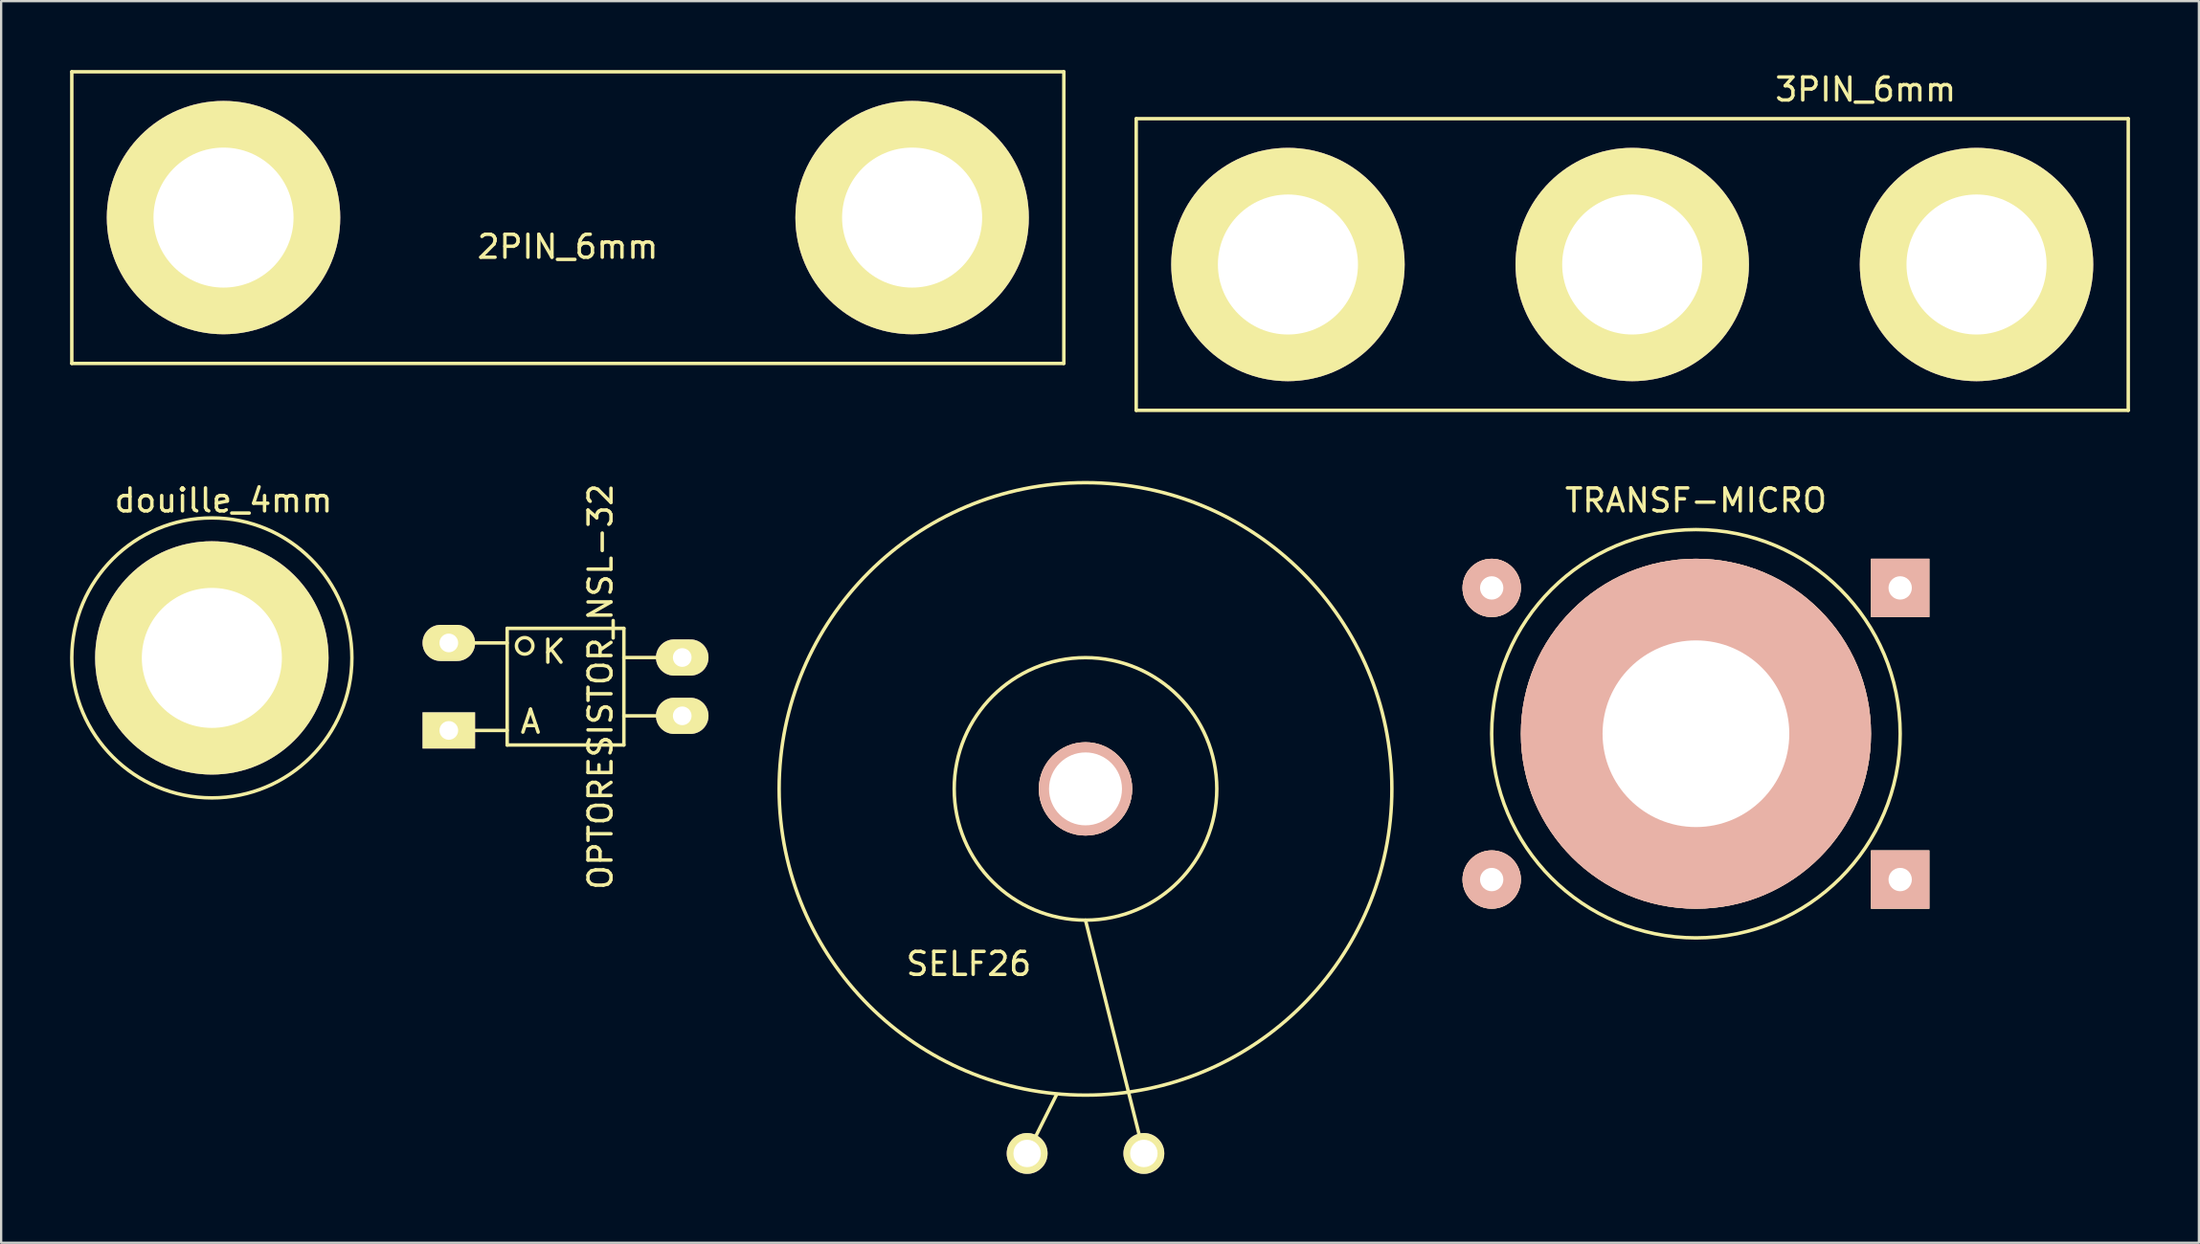
<source format=kicad_pcb>
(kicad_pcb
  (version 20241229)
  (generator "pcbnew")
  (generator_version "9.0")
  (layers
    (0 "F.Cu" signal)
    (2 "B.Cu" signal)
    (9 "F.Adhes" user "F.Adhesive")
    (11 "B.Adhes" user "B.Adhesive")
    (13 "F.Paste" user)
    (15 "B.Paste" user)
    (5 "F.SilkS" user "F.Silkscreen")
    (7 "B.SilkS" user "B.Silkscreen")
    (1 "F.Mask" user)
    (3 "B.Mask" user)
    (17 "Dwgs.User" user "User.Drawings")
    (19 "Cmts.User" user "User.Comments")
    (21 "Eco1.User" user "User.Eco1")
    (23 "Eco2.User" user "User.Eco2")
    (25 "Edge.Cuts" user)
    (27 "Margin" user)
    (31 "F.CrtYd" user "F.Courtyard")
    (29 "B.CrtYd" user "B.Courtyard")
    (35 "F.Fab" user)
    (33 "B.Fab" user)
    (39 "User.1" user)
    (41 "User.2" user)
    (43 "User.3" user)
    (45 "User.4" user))
  (footprint "OPTORESISTOR_NSL-32"
    (layer "F.Cu")
    (at 21.565 26.852)
    (property "Reference" "OPTORESISTOR_NSL-32" (at 1.524 0 90) (layer "F.SilkS") (effects (font (size 1 1) (thickness 0.15))))
    (attr through_hole)
    (fp_line (start -5.08 -1.905) (end -2.54 -1.905) (stroke (width 0.15) (type solid)) (layer "F.SilkS"))
    (fp_line (start -5.08 1.905) (end -2.54 1.905) (stroke (width 0.15) (type solid)) (layer "F.SilkS"))
    (fp_line (start -2.54 -2.54) (end 2.54 -2.54) (stroke (width 0.15) (type solid)) (layer "F.SilkS"))
    (fp_line (start -2.54 2.54) (end -2.54 -2.54) (stroke (width 0.15) (type solid)) (layer "F.SilkS"))
    (fp_line (start 2.54 -2.54) (end 2.54 2.54) (stroke (width 0.15) (type solid)) (layer "F.SilkS"))
    (fp_line (start 2.54 -1.27) (end 5.08 -1.27) (stroke (width 0.15) (type solid)) (layer "F.SilkS"))
    (fp_line (start 2.54 1.27) (end 5.08 1.27) (stroke (width 0.15) (type solid)) (layer "F.SilkS"))
    (fp_line (start 2.54 2.54) (end -2.54 2.54) (stroke (width 0.15) (type solid)) (layer "F.SilkS"))
    (fp_circle (center -1.778 -1.778) (end -1.524 -1.524) (stroke (width 0.15) (type solid)) (fill no) (layer "F.SilkS"))
    (fp_text user "K" (at -0.508 -1.524 0) (layer "F.SilkS") (effects (font (size 1 1) (thickness 0.15))))
    (fp_text user "A" (at -1.524 1.524 0) (layer "F.SilkS") (effects (font (size 1 1) (thickness 0.15))))
    (pad "1" thru_hole rect (at -5.08 1.905) (size 2.286 1.575) (drill 0.813) (layers "*.Cu" "*.Mask" "F.SilkS"))
    (pad "2" thru_hole oval (at -5.08 -1.905) (size 2.286 1.575) (drill 0.813) (layers "*.Cu" "*.Mask" "F.SilkS"))
    (pad "3" thru_hole oval (at 5.08 -1.27) (size 2.286 1.575) (drill 0.813) (layers "*.Cu" "*.Mask" "F.SilkS"))
    (pad "4" thru_hole oval (at 5.08 1.27) (size 2.286 1.575) (drill 0.813) (layers "*.Cu" "*.Mask" "F.SilkS")))
  (footprint "3PIN_6mm"
    (layer "F.Cu")
    (at 67.995 8.468)
    (property "Reference" "3PIN_6mm" (at 10.16 -7.62 0) (layer "F.SilkS") (effects (font (size 1 1) (thickness 0.15))))
    (attr through_hole)
    (fp_line (start -21.59 -6.35) (end 21.59 -6.35) (stroke (width 0.15) (type solid)) (layer "F.SilkS"))
    (fp_line (start -21.59 6.35) (end -21.59 -6.35) (stroke (width 0.15) (type solid)) (layer "F.SilkS"))
    (fp_line (start 21.59 -6.35) (end 21.59 6.35) (stroke (width 0.15) (type solid)) (layer "F.SilkS"))
    (fp_line (start 21.59 6.35) (end -21.59 6.35) (stroke (width 0.15) (type solid)) (layer "F.SilkS"))
    (pad "1" thru_hole circle (at -14.986 0) (size 10.16 10.16) (drill 6.096) (layers "*.Cu" "*.Mask" "F.SilkS"))
    (pad "2" thru_hole circle (at 0 0) (size 10.16 10.16) (drill 6.096) (layers "*.Cu" "*.Mask" "F.SilkS"))
    (pad "3" thru_hole circle (at 14.986 0) (size 10.16 10.16) (drill 6.096) (layers "*.Cu" "*.Mask" "F.SilkS")))
  (footprint "2PIN_6mm"
    (layer "F.Cu")
    (at 21.665 6.425)
    (property "Reference" "2PIN_6mm" (at 0 1.27 0) (layer "F.SilkS") (effects (font (size 1 1) (thickness 0.15))))
    (attr through_hole)
    (fp_line (start -21.59 -6.35) (end 21.59 -6.35) (stroke (width 0.15) (type solid)) (layer "F.SilkS"))
    (fp_line (start -21.59 6.35) (end -21.59 -6.35) (stroke (width 0.15) (type solid)) (layer "F.SilkS"))
    (fp_line (start 21.59 -6.35) (end 21.59 6.35) (stroke (width 0.15) (type solid)) (layer "F.SilkS"))
    (fp_line (start 21.59 6.35) (end -21.59 6.35) (stroke (width 0.15) (type solid)) (layer "F.SilkS"))
    (pad "1" thru_hole circle (at -14.986 0) (size 10.16 10.16) (drill 6.096) (layers "*.Cu" "*.Mask" "F.SilkS"))
    (pad "2" thru_hole circle (at 14.986 0) (size 10.16 10.16) (drill 6.096) (layers "*.Cu" "*.Mask" "F.SilkS")))
  (footprint "SELF26"
    (layer "F.Cu")
    (at 44.198 31.303)
    (property "Reference" "SELF26" (at -5.08 7.62 0) (layer "F.SilkS") (effects (font (size 1 1) (thickness 0.15))))
    (attr through_hole)
    (fp_line (start -2.54 15.875) (end -1.27 13.335) (stroke (width 0.15) (type solid)) (layer "F.SilkS"))
    (fp_line (start 2.54 15.875) (end 0 5.715) (stroke (width 0.15) (type solid)) (layer "F.SilkS"))
    (fp_circle (center 0 0) (end -13.335 0) (stroke (width 0.15) (type solid)) (fill no) (layer "F.SilkS"))
    (fp_circle (center 0 0) (end 5.715 0) (stroke (width 0.15) (type solid)) (fill no) (layer "F.SilkS"))
    (pad "" thru_hole circle (at 0 0) (size 4.064 4.064) (drill 3.175) (layers "*.Cu" "*.SilkS" "*.Mask"))
    (pad "1" thru_hole circle (at -2.54 15.875) (size 1.778 1.778) (drill 1.194) (layers "*.Cu" "*.Mask" "F.SilkS"))
    (pad "2" thru_hole circle (at 2.54 15.875) (size 1.778 1.778) (drill 1.194) (layers "*.Cu" "*.Mask" "F.SilkS")))
  (footprint "douille_4mm"
    (layer "F.Cu")
    (at 6.171 25.599)
    (property "Reference" "douille_4mm" (at 0.508 -6.858 0) (layer "F.SilkS") (effects (font (size 1 1) (thickness 0.15))))
    (attr through_hole)
    (fp_circle (center 0 0) (end 0 -6.096) (stroke (width 0.15) (type solid)) (fill no) (layer "F.SilkS"))
    (pad "1" thru_hole circle (at 0 0) (size 10.16 10.16) (drill 6.096) (layers "*.Cu" "*.Mask" "F.SilkS")))
  (footprint "TRANSF-MICRO"
    (layer "F.Cu")
    (at 70.768 28.901)
    (property "Reference" "TRANSF-MICRO" (at 0 -10.16 0) (layer "F.SilkS") (effects (font (size 1 1) (thickness 0.15))))
    (attr through_hole)
    (fp_circle (center 0 0) (end 8.89 0) (stroke (width 0.15) (type solid)) (fill no) (layer "F.SilkS"))
    (pad "" thru_hole circle (at 0 0) (size 15.24 15.24) (drill 8.128) (layers "*.Cu" "*.SilkS" "*.Mask"))
    (pad "1" thru_hole circle (at -8.89 -6.35) (size 2.54 2.54) (drill 1.016) (layers "*.Cu" "*.SilkS" "*.Mask"))
    (pad "2" thru_hole circle (at -8.89 6.35) (size 2.54 2.54) (drill 1.016) (layers "*.Cu" "*.SilkS" "*.Mask"))
    (pad "3" thru_hole rect (at 8.89 -6.35) (size 2.54 2.54) (drill 1.016) (layers "*.Cu" "*.SilkS" "*.Mask"))
    (pad "4" thru_hole rect (at 8.89 6.35) (size 2.54 2.54) (drill 1.016) (layers "*.Cu" "*.SilkS" "*.Mask")))
  (gr_rect
    (start -3 -3)
    (end 92.66 51.067)
    (stroke (width 0.1) (type default))
    (fill no)
    (layer "Edge.Cuts")))
</source>
